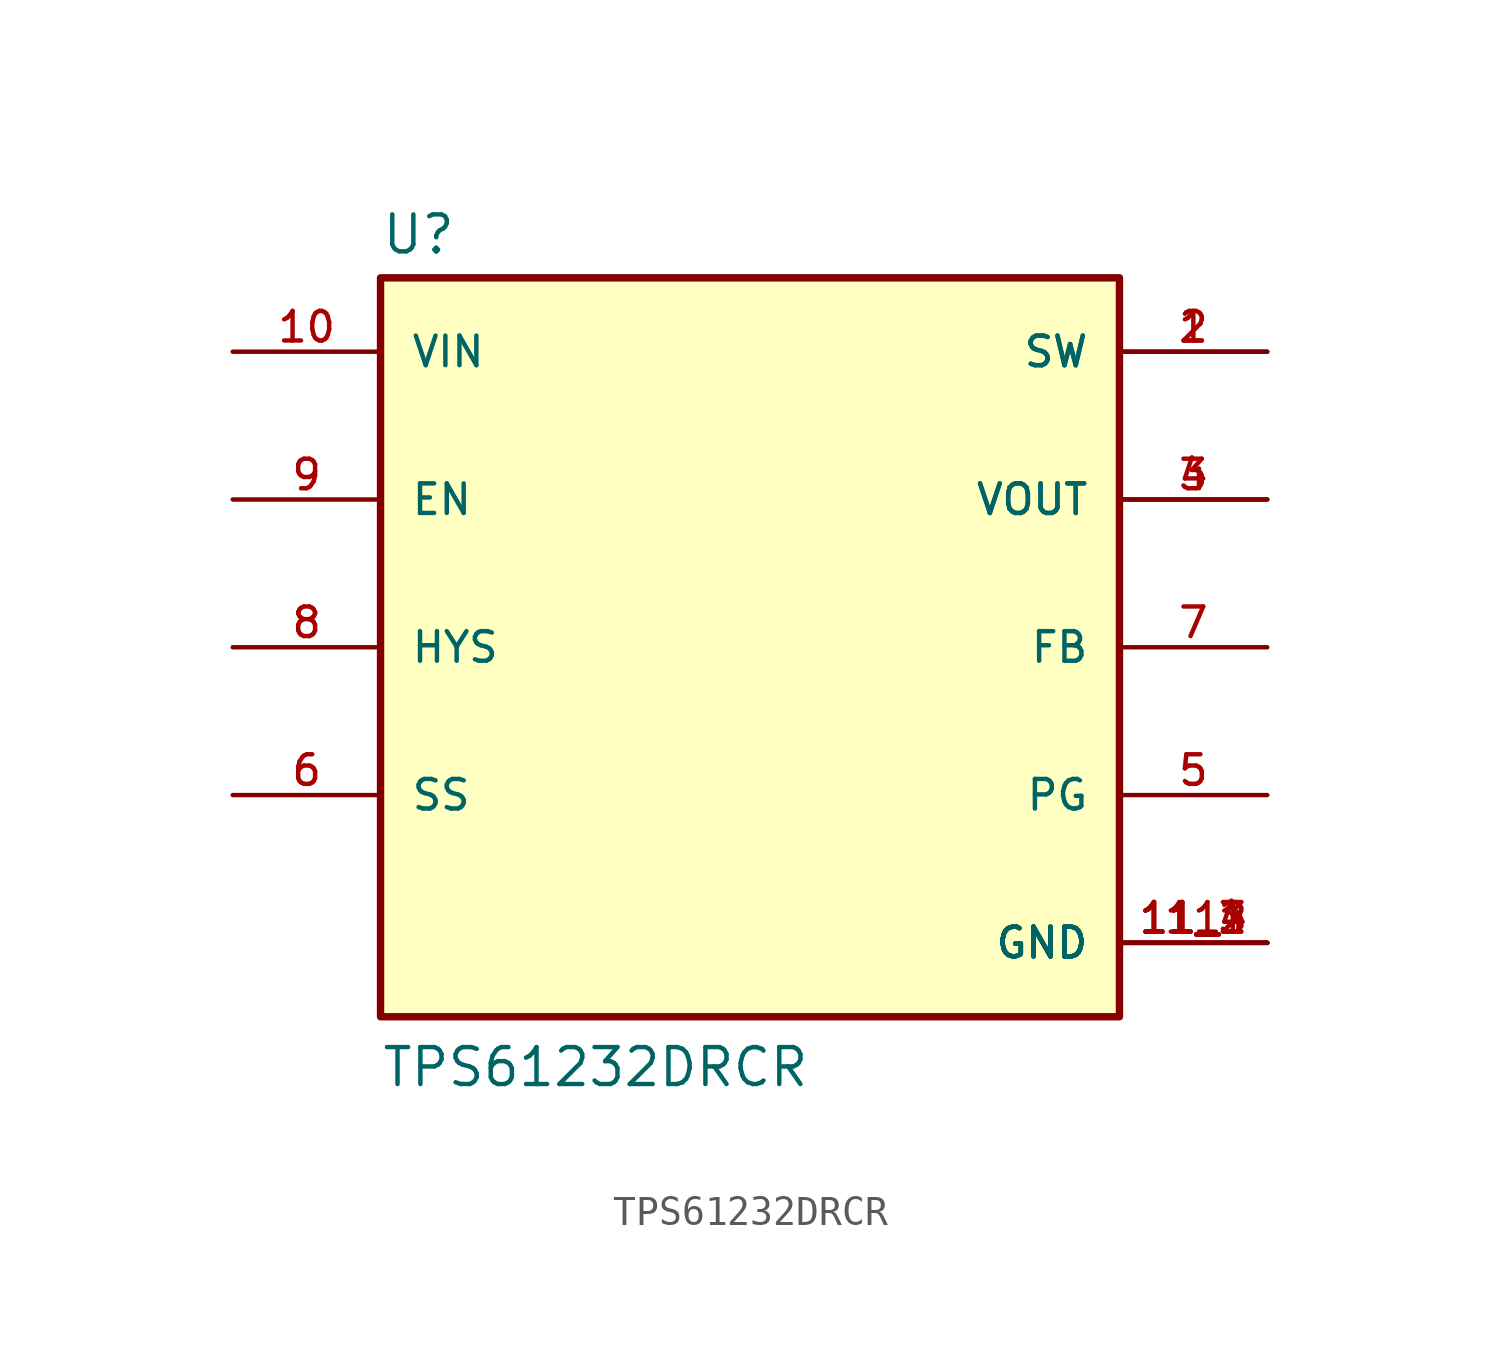
<source format=kicad_sym>
(kicad_symbol_lib
  (version 20211014)
  (generator kicad_symbol_editor)
  (symbol "TPS61232DRCR"
    (pin_names
      (offset 1.016))
    (property "Reference" "U"
      (at -12.7 13.446 0.0)
      (effects (font (size 1.27 1.27)) (justify bottom left)))
    (property "Value" "TPS61232DRCR"
      (at -12.7 -15.176 0.0)
      (effects (font (size 1.27 1.27)) (justify bottom left)))
    (symbol "TPS61232DRCR_0_0"
      (rectangle (start -12.7 -12.7) (end 12.7 12.7) (stroke (width 0.254)) (fill (type background)))
      (pin input line (at -17.78 5.08 0) (length 5.08) (name "EN" (effects (font (size 1.016 1.016)))) (number "9" (effects (font (size 1.016 1.016)))))
      (pin input line (at 17.78 0.0 180.0) (length 5.08) (name "FB" (effects (font (size 1.016 1.016)))) (number "7" (effects (font (size 1.016 1.016)))))
      (pin input line (at -17.78 -5.08 0) (length 5.08) (name "SS" (effects (font (size 1.016 1.016)))) (number "6" (effects (font (size 1.016 1.016)))))
      (pin power_in line (at -17.78 10.16 0) (length 5.08) (name "VIN" (effects (font (size 1.016 1.016)))) (number "10" (effects (font (size 1.016 1.016)))))
      (pin power_in line (at 17.78 10.16 180.0) (length 5.08) (name "SW" (effects (font (size 1.016 1.016)))) (number "1" (effects (font (size 1.016 1.016)))))
      (pin power_in line (at 17.78 10.16 180.0) (length 5.08) (name "SW" (effects (font (size 1.016 1.016)))) (number "2" (effects (font (size 1.016 1.016)))))
      (pin output line (at -17.78 0.0 0) (length 5.08) (name "HYS" (effects (font (size 1.016 1.016)))) (number "8" (effects (font (size 1.016 1.016)))))
      (pin output line (at 17.78 -5.08 180.0) (length 5.08) (name "PG" (effects (font (size 1.016 1.016)))) (number "5" (effects (font (size 1.016 1.016)))))
      (pin power_in line (at 17.78 5.08 180.0) (length 5.08) (name "VOUT" (effects (font (size 1.016 1.016)))) (number "3" (effects (font (size 1.016 1.016)))))
      (pin power_in line (at 17.78 5.08 180.0) (length 5.08) (name "VOUT" (effects (font (size 1.016 1.016)))) (number "4" (effects (font (size 1.016 1.016)))))
      (pin power_in line (at 17.78 -10.16 180.0) (length 5.08) (name "GND" (effects (font (size 1.016 1.016)))) (number "11" (effects (font (size 1.016 1.016)))))
      (pin power_in line (at 17.78 -10.16 180.0) (length 5.08) (name "GND" (effects (font (size 1.016 1.016)))) (number "11_1" (effects (font (size 1.016 1.016)))))
      (pin power_in line (at 17.78 -10.16 180.0) (length 5.08) (name "GND" (effects (font (size 1.016 1.016)))) (number "11_2" (effects (font (size 1.016 1.016)))))
      (pin power_in line (at 17.78 -10.16 180.0) (length 5.08) (name "GND" (effects (font (size 1.016 1.016)))) (number "11_3" (effects (font (size 1.016 1.016)))))
      (pin power_in line (at 17.78 -10.16 180.0) (length 5.08) (name "GND" (effects (font (size 1.016 1.016)))) (number "11_4" (effects (font (size 1.016 1.016))))))))
</source>
